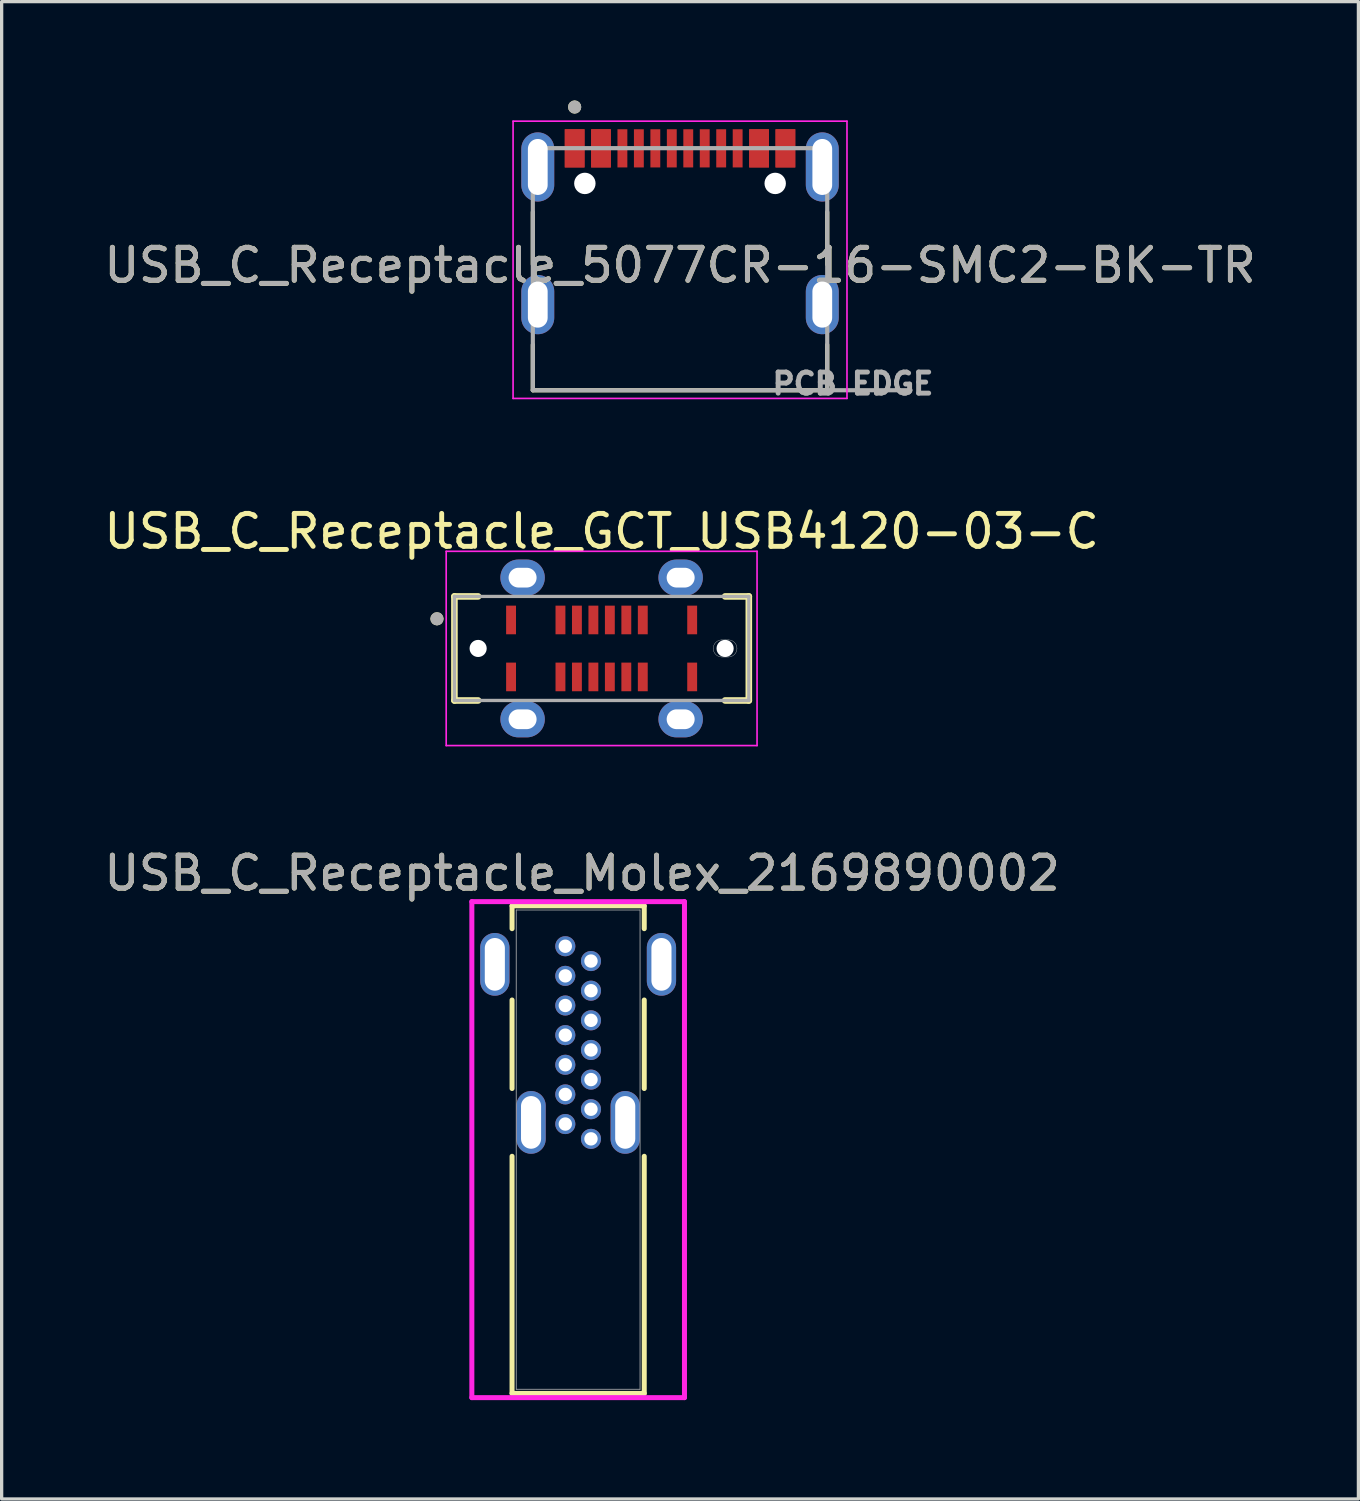
<source format=kicad_pcb>
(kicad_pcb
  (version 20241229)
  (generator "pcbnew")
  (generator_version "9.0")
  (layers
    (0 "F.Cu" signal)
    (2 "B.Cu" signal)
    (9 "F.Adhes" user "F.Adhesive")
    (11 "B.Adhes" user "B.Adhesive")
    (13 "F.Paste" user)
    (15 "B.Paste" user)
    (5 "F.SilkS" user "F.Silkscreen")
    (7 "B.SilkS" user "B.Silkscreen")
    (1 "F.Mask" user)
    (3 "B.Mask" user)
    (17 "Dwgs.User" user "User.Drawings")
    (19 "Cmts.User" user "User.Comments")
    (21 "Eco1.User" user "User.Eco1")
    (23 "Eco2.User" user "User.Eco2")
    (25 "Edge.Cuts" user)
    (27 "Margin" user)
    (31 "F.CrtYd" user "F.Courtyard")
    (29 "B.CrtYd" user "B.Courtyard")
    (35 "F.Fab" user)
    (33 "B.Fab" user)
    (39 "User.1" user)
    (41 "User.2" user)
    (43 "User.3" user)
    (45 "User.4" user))
  (footprint "USB_C_Receptacle_Molex_2169890002"
    (layer "F.Cu")
    (at 13.077 31.035)
    (property "Reference" "USB_C_Receptacle_Molex_2169890002" (at 1.548 -7.57 0) (unlocked yes) (layer "F.SilkS") (effects (font (size 1 1) (thickness 0.15))))
    (attr through_hole)
    (fp_line (start -0.577 -6.577) (end -0.577 -5.883) (stroke (width 0.152) (type solid)) (layer "F.SilkS"))
    (fp_line (start -0.577 -3.717) (end -0.577 -1.029) (stroke (width 0.152) (type solid)) (layer "F.SilkS"))
    (fp_line (start -0.577 1.029) (end -0.577 8.231) (stroke (width 0.152) (type solid)) (layer "F.SilkS"))
    (fp_line (start -0.577 8.231) (end 3.437 8.231) (stroke (width 0.152) (type solid)) (layer "F.SilkS"))
    (fp_line (start 3.437 -6.577) (end -0.577 -6.577) (stroke (width 0.152) (type solid)) (layer "F.SilkS"))
    (fp_line (start 3.437 -5.883) (end 3.437 -6.577) (stroke (width 0.152) (type solid)) (layer "F.SilkS"))
    (fp_line (start 3.437 -1.029) (end 3.437 -3.717) (stroke (width 0.152) (type solid)) (layer "F.SilkS"))
    (fp_line (start 3.437 8.231) (end 3.437 1.029) (stroke (width 0.152) (type solid)) (layer "F.SilkS"))
    (fp_line (start -1.798 -6.704) (end -1.798 8.358) (stroke (width 0.152) (type solid)) (layer "F.CrtYd"))
    (fp_line (start -1.798 8.358) (end 4.659 8.358) (stroke (width 0.152) (type solid)) (layer "F.CrtYd"))
    (fp_line (start 4.659 -6.704) (end -1.798 -6.704) (stroke (width 0.152) (type solid)) (layer "F.CrtYd"))
    (fp_line (start 4.659 8.358) (end 4.659 -6.704) (stroke (width 0.152) (type solid)) (layer "F.CrtYd"))
    (fp_line (start -0.45 -6.45) (end -0.45 8.104) (stroke (width 0.025) (type solid)) (layer "F.Fab"))
    (fp_line (start -0.45 8.104) (end 3.31 8.104) (stroke (width 0.025) (type solid)) (layer "F.Fab"))
    (fp_line (start 3.31 -6.45) (end -0.45 -6.45) (stroke (width 0.025) (type solid)) (layer "F.Fab"))
    (fp_line (start 3.31 8.104) (end 3.31 -6.45) (stroke (width 0.025) (type solid)) (layer "F.Fab"))
    (fp_text user "${REFERENCE}" (at 1.548 -7.57 0) (unlocked yes) (layer "F.Fab") (effects (font (size 1 1) (thickness 0.15))))
    (pad "A1" thru_hole circle (at 1.04 0.05) (size 0.61 0.61) (drill 0.406) (layers "*.Cu" "*.Mask"))
    (pad "A4" thru_hole circle (at 1.04 -0.85) (size 0.61 0.61) (drill 0.406) (layers "*.Cu" "*.Mask"))
    (pad "A5" thru_hole circle (at 1.04 -1.75) (size 0.61 0.61) (drill 0.406) (layers "*.Cu" "*.Mask"))
    (pad "A6" thru_hole circle (at 1.04 -2.65) (size 0.61 0.61) (drill 0.406) (layers "*.Cu" "*.Mask"))
    (pad "A7" thru_hole circle (at 1.04 -3.55) (size 0.61 0.61) (drill 0.406) (layers "*.Cu" "*.Mask"))
    (pad "A9" thru_hole circle (at 1.04 -4.45) (size 0.61 0.61) (drill 0.406) (layers "*.Cu" "*.Mask"))
    (pad "A12" thru_hole circle (at 1.04 -5.35) (size 0.61 0.61) (drill 0.406) (layers "*.Cu" "*.Mask"))
    (pad "B1" thru_hole circle (at 1.82 -4.9) (size 0.61 0.61) (drill 0.406) (layers "*.Cu" "*.Mask"))
    (pad "B4" thru_hole circle (at 1.82 -4) (size 0.61 0.61) (drill 0.406) (layers "*.Cu" "*.Mask"))
    (pad "B5" thru_hole circle (at 1.82 -3.1) (size 0.61 0.61) (drill 0.406) (layers "*.Cu" "*.Mask"))
    (pad "B6" thru_hole circle (at 1.82 -2.2) (size 0.61 0.61) (drill 0.406) (layers "*.Cu" "*.Mask"))
    (pad "B7" thru_hole circle (at 1.82 -1.3) (size 0.61 0.61) (drill 0.406) (layers "*.Cu" "*.Mask"))
    (pad "B9" thru_hole circle (at 1.82 -0.4) (size 0.61 0.61) (drill 0.406) (layers "*.Cu" "*.Mask"))
    (pad "B12" thru_hole circle (at 1.82 0.5) (size 0.61 0.61) (drill 0.406) (layers "*.Cu" "*.Mask"))
    (pad "S1" thru_hole oval (at -1.1 -4.8) (size 0.889 1.905) (drill oval 0.61 1.6) (layers "*.Cu" "*.Mask"))
    (pad "S1" thru_hole oval (at 0 0) (size 0.889 1.905) (drill oval 0.61 1.6) (layers "*.Cu" "*.Mask"))
    (pad "S1" thru_hole oval (at 2.86 0) (size 0.889 1.905) (drill oval 0.61 1.6) (layers "*.Cu" "*.Mask"))
    (pad "S1" thru_hole oval (at 3.96 -4.8) (size 0.889 1.905) (drill oval 0.61 1.6) (layers "*.Cu" "*.Mask")))
  (footprint "USB_C_Receptacle_5077CR-16-SMC2-BK-TR"
    (layer "F.Cu")
    (at 17.601 3.99)
    (property "Reference" "USB_C_Receptacle_5077CR-16-SMC2-BK-TR" (at 0 1.016 0) (unlocked yes) (layer "F.SilkS") (effects (font (size 1 1) (thickness 0.15))))
    (attr smd)
    (fp_line (start -4.47 0.99) (end -4.47 -0.6) (stroke (width 0.127) (type solid)) (layer "F.SilkS"))
    (fp_line (start -4.47 4.81) (end -4.47 3.43) (stroke (width 0.127) (type solid)) (layer "F.SilkS"))
    (fp_line (start 4.47 0.99) (end 4.47 -0.6) (stroke (width 0.127) (type solid)) (layer "F.SilkS"))
    (fp_line (start 4.47 4.81) (end -4.47 4.81) (stroke (width 0.127) (type solid)) (layer "F.SilkS"))
    (fp_line (start 4.47 4.81) (end 4.47 3.43) (stroke (width 0.127) (type solid)) (layer "F.SilkS"))
    (fp_circle (center -3.2 -3.79) (end -3.1 -3.79) (stroke (width 0.2) (type solid)) (fill no) (layer "F.SilkS"))
    (fp_line (start -5.07 -3.36) (end 5.07 -3.36) (stroke (width 0.05) (type solid)) (layer "F.CrtYd"))
    (fp_line (start -5.07 5.06) (end -5.07 -3.36) (stroke (width 0.05) (type solid)) (layer "F.CrtYd"))
    (fp_line (start 5.07 -3.36) (end 5.07 5.06) (stroke (width 0.05) (type solid)) (layer "F.CrtYd"))
    (fp_line (start 5.07 5.06) (end -5.07 5.06) (stroke (width 0.05) (type solid)) (layer "F.CrtYd"))
    (fp_line (start -4.47 -2.54) (end 4.47 -2.54) (stroke (width 0.127) (type solid)) (layer "F.Fab"))
    (fp_line (start -4.47 4.81) (end -4.47 -2.54) (stroke (width 0.127) (type solid)) (layer "F.Fab"))
    (fp_line (start -4.47 4.81) (end 4.47 4.81) (stroke (width 0.127) (type solid)) (layer "F.Fab"))
    (fp_line (start 4.47 -2.54) (end 4.47 4.81) (stroke (width 0.127) (type solid)) (layer "F.Fab"))
    (fp_line (start 4.47 4.81) (end 7 4.81) (stroke (width 0.127) (type solid)) (layer "F.Fab"))
    (fp_circle (center -3.2 -3.79) (end -3.1 -3.79) (stroke (width 0.2) (type solid)) (fill no) (layer "F.Fab"))
    (fp_text user "PCB EDGE" (at 5.25 4.61 0) (layer "F.Fab") (effects (font (size 0.64 0.64) (thickness 0.15))))
    (fp_text user "${REFERENCE}" (at 0 1.016 0) (unlocked yes) (layer "F.Fab") (effects (font (size 1 1) (thickness 0.15))))
    (pad "" np_thru_hole circle (at -2.89 -1.47) (size 0.65 0.65) (drill 0.65) (layers "*.Cu" "*.Mask"))
    (pad "" np_thru_hole circle (at 2.89 -1.47) (size 0.65 0.65) (drill 0.65) (layers "*.Cu" "*.Mask"))
    (pad "A1" smd rect (at -3.2 -2.535) (size 0.6 1.16) (layers "F.Cu" "F.Mask" "F.Paste"))
    (pad "A4" smd rect (at -2.4 -2.535) (size 0.6 1.16) (layers "F.Cu" "F.Mask" "F.Paste"))
    (pad "A5" smd rect (at -1.25 -2.535 180) (size 0.3 1.16) (layers "F.Cu" "F.Mask" "F.Paste"))
    (pad "A6" smd rect (at -0.25 -2.535 180) (size 0.3 1.16) (layers "F.Cu" "F.Mask" "F.Paste"))
    (pad "A7" smd rect (at 0.25 -2.535 180) (size 0.3 1.16) (layers "F.Cu" "F.Mask" "F.Paste"))
    (pad "A8" smd rect (at 1.25 -2.535 180) (size 0.3 1.16) (layers "F.Cu" "F.Mask" "F.Paste"))
    (pad "A9" smd rect (at 2.4 -2.535) (size 0.6 1.16) (layers "F.Cu" "F.Mask" "F.Paste"))
    (pad "A12" smd rect (at 3.2 -2.535) (size 0.6 1.16) (layers "F.Cu" "F.Mask" "F.Paste"))
    (pad "B1" smd rect (at 3.2 -2.535) (size 0.6 1.16) (layers "F.Cu" "F.Mask" "F.Paste"))
    (pad "B4" smd rect (at 2.4 -2.535) (size 0.6 1.16) (layers "F.Cu" "F.Mask" "F.Paste"))
    (pad "B5" smd rect (at 1.75 -2.535 180) (size 0.3 1.16) (layers "F.Cu" "F.Mask" "F.Paste"))
    (pad "B6" smd rect (at 0.75 -2.535 180) (size 0.3 1.16) (layers "F.Cu" "F.Mask" "F.Paste"))
    (pad "B7" smd rect (at -0.75 -2.535 180) (size 0.3 1.16) (layers "F.Cu" "F.Mask" "F.Paste"))
    (pad "B8" smd rect (at -1.75 -2.535 180) (size 0.3 1.16) (layers "F.Cu" "F.Mask" "F.Paste"))
    (pad "B9" smd rect (at -2.4 -2.535) (size 0.6 1.16) (layers "F.Cu" "F.Mask" "F.Paste"))
    (pad "B12" smd rect (at -3.2 -2.535) (size 0.6 1.16) (layers "F.Cu" "F.Mask" "F.Paste"))
    (pad "S1" thru_hole oval (at -4.32 -1.97) (size 1 2.1) (drill oval 0.6 1.7) (layers "*.Cu" "*.Mask"))
    (pad "S1" thru_hole oval (at -4.32 2.21) (size 1 1.8) (drill oval 0.6 1.4) (layers "*.Cu" "*.Mask"))
    (pad "S1" thru_hole oval (at 4.32 -1.97) (size 1 2.1) (drill oval 0.6 1.7) (layers "*.Cu" "*.Mask"))
    (pad "S1" thru_hole oval (at 4.32 2.21) (size 1 1.8) (drill oval 0.6 1.4) (layers "*.Cu" "*.Mask")))
  (footprint "USB_C_Receptacle_GCT_USB4120-03-C"
    (layer "F.Cu")
    (at 15.22 16.642)
    (property "Reference" "USB_C_Receptacle_GCT_USB4120-03-C" (at 0 -3.556 0) (layer "F.SilkS") (effects (font (size 1 1) (thickness 0.15))))
    (attr smd)
    (fp_line (start -4.47 -1.58) (end -4.47 1.58) (stroke (width 0.2) (type solid)) (layer "F.SilkS"))
    (fp_line (start -4.47 1.58) (end -3.75 1.58) (stroke (width 0.2) (type solid)) (layer "F.SilkS"))
    (fp_line (start -3.75 -1.58) (end -4.47 -1.58) (stroke (width 0.2) (type solid)) (layer "F.SilkS"))
    (fp_line (start 3.75 -1.58) (end 4.47 -1.58) (stroke (width 0.2) (type solid)) (layer "F.SilkS"))
    (fp_line (start 4.47 -1.58) (end 4.47 1.58) (stroke (width 0.2) (type solid)) (layer "F.SilkS"))
    (fp_line (start 4.47 1.58) (end 3.75 1.58) (stroke (width 0.2) (type solid)) (layer "F.SilkS"))
    (fp_circle (center -5 -0.9) (end -4.9 -0.9) (stroke (width 0.2) (type solid)) (fill no) (layer "F.SilkS"))
    (fp_line (start 3.65 -0.26) (end 3.85 -0.26) (stroke (width 0.01) (type solid)) (layer "Edge.Cuts"))
    (fp_line (start 3.85 0.26) (end 3.65 0.26) (stroke (width 0.01) (type solid)) (layer "Edge.Cuts"))
    (fp_arc (start 3.39 0) (mid 3.466152 -0.183848) (end 3.65 -0.26) (stroke (width 0.01) (type solid)) (layer "Edge.Cuts"))
    (fp_arc (start 3.65 0.26) (mid 3.466152 0.183848) (end 3.39 0) (stroke (width 0.01) (type solid)) (layer "Edge.Cuts"))
    (fp_arc (start 3.85 -0.26) (mid 4.033848 -0.183848) (end 4.11 0) (stroke (width 0.01) (type solid)) (layer "Edge.Cuts"))
    (fp_arc (start 4.11 0) (mid 4.033848 0.183848) (end 3.85 0.26) (stroke (width 0.01) (type solid)) (layer "Edge.Cuts"))
    (fp_line (start -4.72 -2.95) (end 4.72 -2.95) (stroke (width 0.05) (type solid)) (layer "F.CrtYd"))
    (fp_line (start -4.72 2.95) (end -4.72 -2.95) (stroke (width 0.05) (type solid)) (layer "F.CrtYd"))
    (fp_line (start 4.72 -2.95) (end 4.72 2.95) (stroke (width 0.05) (type solid)) (layer "F.CrtYd"))
    (fp_line (start 4.72 2.95) (end -4.72 2.95) (stroke (width 0.05) (type solid)) (layer "F.CrtYd"))
    (fp_line (start -4.47 -1.58) (end 4.47 -1.58) (stroke (width 0.1) (type solid)) (layer "F.Fab"))
    (fp_line (start -4.47 1.58) (end -4.47 -1.58) (stroke (width 0.1) (type solid)) (layer "F.Fab"))
    (fp_line (start 4.47 -1.58) (end 4.47 1.58) (stroke (width 0.1) (type solid)) (layer "F.Fab"))
    (fp_line (start 4.47 1.58) (end -4.47 1.58) (stroke (width 0.1) (type solid)) (layer "F.Fab"))
    (fp_circle (center -5 -0.9) (end -4.9 -0.9) (stroke (width 0.2) (type solid)) (fill no) (layer "F.Fab"))
    (pad "" np_thru_hole circle (at -3.75 0) (size 0.52 0.52) (drill 0.52) (layers "*.Cu" "*.Mask"))
    (pad "" np_thru_hole circle (at 3.75 0) (size 0.52 0.52) (drill 0.52) (layers "*.Cu" "*.Mask"))
    (pad "A1" smd rect (at -2.75 -0.865) (size 0.3 0.87) (layers "F.Cu" "F.Mask" "F.Paste"))
    (pad "A4" smd rect (at -1.25 -0.865) (size 0.3 0.87) (layers "F.Cu" "F.Mask" "F.Paste"))
    (pad "A5" smd rect (at -0.75 -0.865) (size 0.3 0.87) (layers "F.Cu" "F.Mask" "F.Paste"))
    (pad "A6" smd rect (at -0.25 -0.865) (size 0.3 0.87) (layers "F.Cu" "F.Mask" "F.Paste"))
    (pad "A7" smd rect (at 0.25 -0.865) (size 0.3 0.87) (layers "F.Cu" "F.Mask" "F.Paste"))
    (pad "A8" smd rect (at 0.75 -0.865) (size 0.3 0.87) (layers "F.Cu" "F.Mask" "F.Paste"))
    (pad "A9" smd rect (at 1.25 -0.865) (size 0.3 0.87) (layers "F.Cu" "F.Mask" "F.Paste"))
    (pad "A12" smd rect (at 2.75 -0.865) (size 0.3 0.87) (layers "F.Cu" "F.Mask" "F.Paste"))
    (pad "B1" smd rect (at 2.75 0.865) (size 0.3 0.87) (layers "F.Cu" "F.Mask" "F.Paste"))
    (pad "B4" smd rect (at 1.25 0.865) (size 0.3 0.87) (layers "F.Cu" "F.Mask" "F.Paste"))
    (pad "B5" smd rect (at 0.75 0.865) (size 0.3 0.87) (layers "F.Cu" "F.Mask" "F.Paste"))
    (pad "B6" smd rect (at 0.25 0.865) (size 0.3 0.87) (layers "F.Cu" "F.Mask" "F.Paste"))
    (pad "B7" smd rect (at -0.25 0.865) (size 0.3 0.87) (layers "F.Cu" "F.Mask" "F.Paste"))
    (pad "B8" smd rect (at -0.75 0.865) (size 0.3 0.87) (layers "F.Cu" "F.Mask" "F.Paste"))
    (pad "B9" smd rect (at -1.25 0.865) (size 0.3 0.87) (layers "F.Cu" "F.Mask" "F.Paste"))
    (pad "B12" smd rect (at -2.75 0.865) (size 0.3 0.87) (layers "F.Cu" "F.Mask" "F.Paste"))
    (pad "S1" thru_hole oval (at -2.4 -2.15) (size 1.35 1.1) (drill oval 0.85 0.6) (layers "*.Cu" "*.Mask"))
    (pad "S1" thru_hole oval (at -2.4 2.15) (size 1.35 1.1) (drill oval 0.85 0.6) (layers "*.Cu" "*.Mask"))
    (pad "S1" thru_hole oval (at 2.4 -2.15) (size 1.35 1.1) (drill oval 0.85 0.6) (layers "*.Cu" "*.Mask"))
    (pad "S1" thru_hole oval (at 2.4 2.15) (size 1.35 1.1) (drill oval 0.85 0.6) (layers "*.Cu" "*.Mask")))
  (gr_rect
    (start -3 -3)
    (end 38.202 42.47)
    (stroke (width 0.1) (type default))
    (fill no)
    (layer "Edge.Cuts")))
</source>
